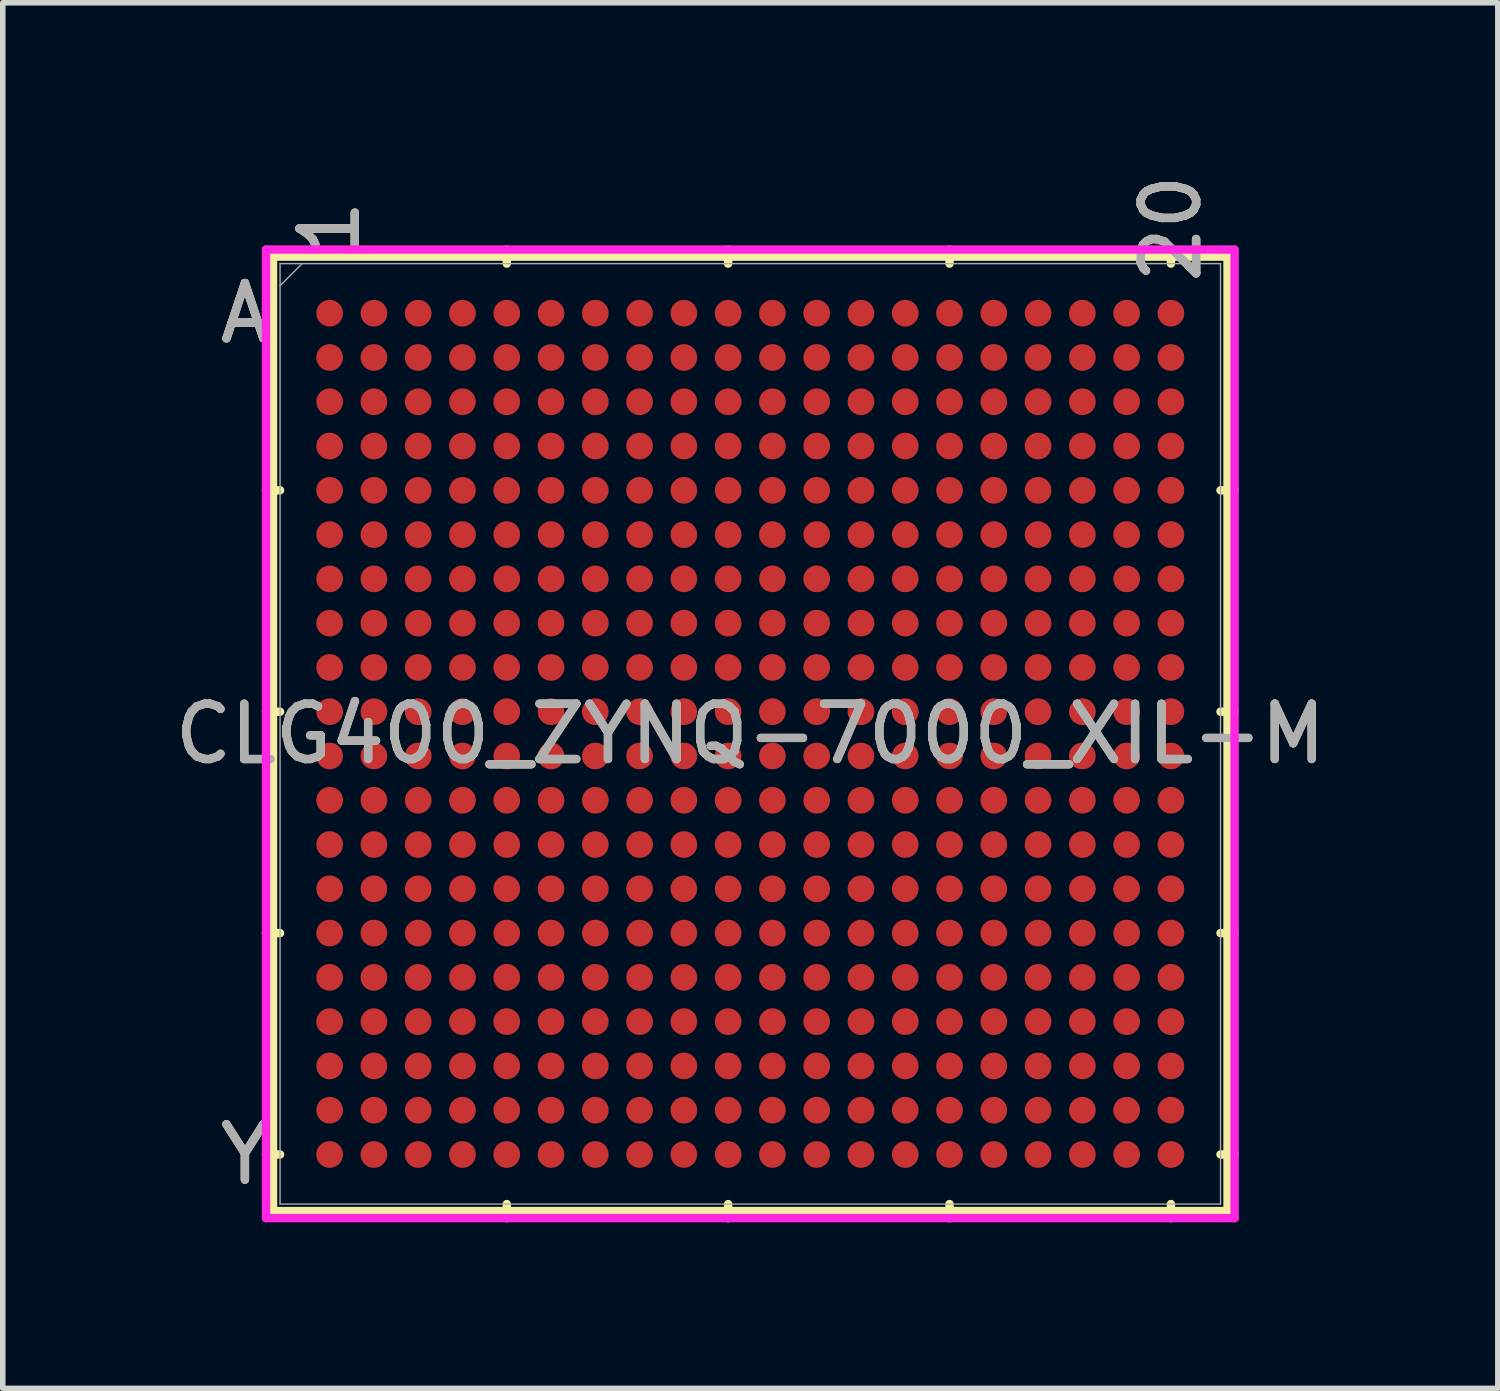
<source format=kicad_pcb>
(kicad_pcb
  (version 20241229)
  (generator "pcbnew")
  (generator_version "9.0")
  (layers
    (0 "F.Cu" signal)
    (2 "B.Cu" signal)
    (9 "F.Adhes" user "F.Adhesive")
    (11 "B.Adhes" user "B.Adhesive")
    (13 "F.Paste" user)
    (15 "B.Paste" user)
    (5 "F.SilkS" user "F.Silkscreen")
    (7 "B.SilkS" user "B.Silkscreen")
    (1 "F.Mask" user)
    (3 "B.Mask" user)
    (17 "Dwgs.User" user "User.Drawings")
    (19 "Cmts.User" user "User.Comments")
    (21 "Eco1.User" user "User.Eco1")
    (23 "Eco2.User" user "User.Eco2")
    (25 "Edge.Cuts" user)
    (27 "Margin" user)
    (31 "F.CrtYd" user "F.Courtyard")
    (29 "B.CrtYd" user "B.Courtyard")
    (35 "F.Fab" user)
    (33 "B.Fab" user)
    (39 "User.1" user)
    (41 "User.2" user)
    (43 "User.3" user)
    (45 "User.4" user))
  (footprint "CLG400_ZYNQ-7000_XIL-M"
    (layer "F.Cu")
    (at 10.506 10.209)
    (property "Reference" "CLG400_ZYNQ-7000_XIL-M" (at 0 0 0) (unlocked yes) (layer "F.SilkS") (effects (font (size 1 1) (thickness 0.15))))
    (attr smd)
    (fp_line (start -8.623 -8.623) (end -8.623 8.623) (stroke (width 0.152) (type solid)) (layer "F.SilkS"))
    (fp_line (start -8.623 8.623) (end 8.623 8.623) (stroke (width 0.152) (type solid)) (layer "F.SilkS"))
    (fp_line (start -8.496 -4.4) (end -8.75 -4.4) (stroke (width 0.152) (type solid)) (layer "F.SilkS"))
    (fp_line (start -8.496 -0.4) (end -8.75 -0.4) (stroke (width 0.152) (type solid)) (layer "F.SilkS"))
    (fp_line (start -8.496 3.6) (end -8.75 3.6) (stroke (width 0.152) (type solid)) (layer "F.SilkS"))
    (fp_line (start -8.496 7.6) (end -8.75 7.6) (stroke (width 0.152) (type solid)) (layer "F.SilkS"))
    (fp_line (start -4.4 -8.496) (end -4.4 -8.75) (stroke (width 0.152) (type solid)) (layer "F.SilkS"))
    (fp_line (start -4.4 8.496) (end -4.4 8.75) (stroke (width 0.152) (type solid)) (layer "F.SilkS"))
    (fp_line (start -0.4 -8.496) (end -0.4 -8.75) (stroke (width 0.152) (type solid)) (layer "F.SilkS"))
    (fp_line (start -0.4 8.496) (end -0.4 8.75) (stroke (width 0.152) (type solid)) (layer "F.SilkS"))
    (fp_line (start 3.6 -8.496) (end 3.6 -8.75) (stroke (width 0.152) (type solid)) (layer "F.SilkS"))
    (fp_line (start 3.6 8.496) (end 3.6 8.75) (stroke (width 0.152) (type solid)) (layer "F.SilkS"))
    (fp_line (start 7.6 -8.496) (end 7.6 -8.75) (stroke (width 0.152) (type solid)) (layer "F.SilkS"))
    (fp_line (start 7.6 8.496) (end 7.6 8.75) (stroke (width 0.152) (type solid)) (layer "F.SilkS"))
    (fp_line (start 8.496 -4.4) (end 8.75 -4.4) (stroke (width 0.152) (type solid)) (layer "F.SilkS"))
    (fp_line (start 8.496 -0.4) (end 8.75 -0.4) (stroke (width 0.152) (type solid)) (layer "F.SilkS"))
    (fp_line (start 8.496 3.6) (end 8.75 3.6) (stroke (width 0.152) (type solid)) (layer "F.SilkS"))
    (fp_line (start 8.496 7.6) (end 8.75 7.6) (stroke (width 0.152) (type solid)) (layer "F.SilkS"))
    (fp_line (start 8.623 -8.623) (end -8.623 -8.623) (stroke (width 0.152) (type solid)) (layer "F.SilkS"))
    (fp_line (start 8.623 8.623) (end 8.623 -8.623) (stroke (width 0.152) (type solid)) (layer "F.SilkS"))
    (fp_poly (pts (xy -8.444 -8.444) (xy 8.444 -8.444) (xy 8.444 8.444) (xy -8.444 8.444)) (stroke (width 0.1) (type solid)) (fill no) (layer "Eco2.User"))
    (fp_line (start -8.75 -8.75) (end 8.75 -8.75) (stroke (width 0.152) (type solid)) (layer "F.CrtYd"))
    (fp_line (start -8.75 8.75) (end -8.75 -8.75) (stroke (width 0.152) (type solid)) (layer "F.CrtYd"))
    (fp_line (start 8.75 -8.75) (end 8.75 8.75) (stroke (width 0.152) (type solid)) (layer "F.CrtYd"))
    (fp_line (start 8.75 8.75) (end -8.75 8.75) (stroke (width 0.152) (type solid)) (layer "F.CrtYd"))
    (fp_line (start -8.496 -8.496) (end -8.496 8.496) (stroke (width 0.025) (type solid)) (layer "F.Fab"))
    (fp_line (start -8.496 8.496) (end 8.496 8.496) (stroke (width 0.025) (type solid)) (layer "F.Fab"))
    (fp_line (start -8.096 -8.496) (end -8.496 -8.096) (stroke (width 0.025) (type solid)) (layer "F.Fab"))
    (fp_line (start 8.496 -8.496) (end -8.496 -8.496) (stroke (width 0.025) (type solid)) (layer "F.Fab"))
    (fp_line (start 8.496 8.496) (end 8.496 -8.496) (stroke (width 0.025) (type solid)) (layer "F.Fab"))
    (fp_text user "1" (at -7.6 -9.131 90) (unlocked yes) (layer "F.SilkS") (effects (font (size 1 1) (thickness 0.15))))
    (fp_text user "Y" (at -9.131 7.6 0) (unlocked yes) (layer "F.SilkS") (effects (font (size 1 1) (thickness 0.15))))
    (fp_text user "A" (at -9.131 -7.6 0) (unlocked yes) (layer "F.SilkS") (effects (font (size 1 1) (thickness 0.15))))
    (fp_text user "20" (at 7.6 -9.131 90) (unlocked yes) (layer "F.SilkS") (effects (font (size 1 1) (thickness 0.15))))
    (fp_text user "Y" (at -9.131 7.6 0) (unlocked yes) (layer "B.SilkS") (effects (font (size 1 1) (thickness 0.15))))
    (fp_text user "A" (at -9.131 -7.6 0) (unlocked yes) (layer "B.SilkS") (effects (font (size 1 1) (thickness 0.15))))
    (fp_text user "20" (at 7.6 -9.131 90) (unlocked yes) (layer "B.SilkS") (effects (font (size 1 1) (thickness 0.15))))
    (fp_text user "1" (at -7.6 -9.131 90) (unlocked yes) (layer "B.SilkS") (effects (font (size 1 1) (thickness 0.15))))
    (fp_text user "${REFERENCE}" (at 0 0 0) (unlocked yes) (layer "F.Fab") (effects (font (size 1 1) (thickness 0.15))))
    (fp_text user "A" (at -9.131 -7.6 0) (unlocked yes) (layer "F.Fab") (effects (font (size 1 1) (thickness 0.15))))
    (fp_text user "20" (at 7.6 -9.131 90) (unlocked yes) (layer "F.Fab") (effects (font (size 1 1) (thickness 0.15))))
    (fp_text user "Y" (at -9.131 7.6 0) (unlocked yes) (layer "F.Fab") (effects (font (size 1 1) (thickness 0.15))))
    (fp_text user "1" (at -7.6 -9.131 90) (unlocked yes) (layer "F.Fab") (effects (font (size 1 1) (thickness 0.15))))
    (pad "A1" smd circle (at -7.6 -7.6) (size 0.483 0.483) (layers "F.Cu" "F.Mask" "F.Paste"))
    (pad "A2" smd circle (at -6.8 -7.6) (size 0.483 0.483) (layers "F.Cu" "F.Mask" "F.Paste"))
    (pad "A3" smd circle (at -6 -7.6) (size 0.483 0.483) (layers "F.Cu" "F.Mask" "F.Paste"))
    (pad "A4" smd circle (at -5.2 -7.6) (size 0.483 0.483) (layers "F.Cu" "F.Mask" "F.Paste"))
    (pad "A5" smd circle (at -4.4 -7.6) (size 0.483 0.483) (layers "F.Cu" "F.Mask" "F.Paste"))
    (pad "A6" smd circle (at -3.6 -7.6) (size 0.483 0.483) (layers "F.Cu" "F.Mask" "F.Paste"))
    (pad "A7" smd circle (at -2.8 -7.6) (size 0.483 0.483) (layers "F.Cu" "F.Mask" "F.Paste"))
    (pad "A8" smd circle (at -2 -7.6) (size 0.483 0.483) (layers "F.Cu" "F.Mask" "F.Paste"))
    (pad "A9" smd circle (at -1.2 -7.6) (size 0.483 0.483) (layers "F.Cu" "F.Mask" "F.Paste"))
    (pad "A10" smd circle (at -0.4 -7.6) (size 0.483 0.483) (layers "F.Cu" "F.Mask" "F.Paste"))
    (pad "A11" smd circle (at 0.4 -7.6) (size 0.483 0.483) (layers "F.Cu" "F.Mask" "F.Paste"))
    (pad "A12" smd circle (at 1.2 -7.6) (size 0.483 0.483) (layers "F.Cu" "F.Mask" "F.Paste"))
    (pad "A13" smd circle (at 2 -7.6) (size 0.483 0.483) (layers "F.Cu" "F.Mask" "F.Paste"))
    (pad "A14" smd circle (at 2.8 -7.6) (size 0.483 0.483) (layers "F.Cu" "F.Mask" "F.Paste"))
    (pad "A15" smd circle (at 3.6 -7.6) (size 0.483 0.483) (layers "F.Cu" "F.Mask" "F.Paste"))
    (pad "A16" smd circle (at 4.4 -7.6) (size 0.483 0.483) (layers "F.Cu" "F.Mask" "F.Paste"))
    (pad "A17" smd circle (at 5.2 -7.6) (size 0.483 0.483) (layers "F.Cu" "F.Mask" "F.Paste"))
    (pad "A18" smd circle (at 6 -7.6) (size 0.483 0.483) (layers "F.Cu" "F.Mask" "F.Paste"))
    (pad "A19" smd circle (at 6.8 -7.6) (size 0.483 0.483) (layers "F.Cu" "F.Mask" "F.Paste"))
    (pad "A20" smd circle (at 7.6 -7.6) (size 0.483 0.483) (layers "F.Cu" "F.Mask" "F.Paste"))
    (pad "B1" smd circle (at -7.6 -6.8) (size 0.483 0.483) (layers "F.Cu" "F.Mask" "F.Paste"))
    (pad "B2" smd circle (at -6.8 -6.8) (size 0.483 0.483) (layers "F.Cu" "F.Mask" "F.Paste"))
    (pad "B3" smd circle (at -6 -6.8) (size 0.483 0.483) (layers "F.Cu" "F.Mask" "F.Paste"))
    (pad "B4" smd circle (at -5.2 -6.8) (size 0.483 0.483) (layers "F.Cu" "F.Mask" "F.Paste"))
    (pad "B5" smd circle (at -4.4 -6.8) (size 0.483 0.483) (layers "F.Cu" "F.Mask" "F.Paste"))
    (pad "B6" smd circle (at -3.6 -6.8) (size 0.483 0.483) (layers "F.Cu" "F.Mask" "F.Paste"))
    (pad "B7" smd circle (at -2.8 -6.8) (size 0.483 0.483) (layers "F.Cu" "F.Mask" "F.Paste"))
    (pad "B8" smd circle (at -2 -6.8) (size 0.483 0.483) (layers "F.Cu" "F.Mask" "F.Paste"))
    (pad "B9" smd circle (at -1.2 -6.8) (size 0.483 0.483) (layers "F.Cu" "F.Mask" "F.Paste"))
    (pad "B10" smd circle (at -0.4 -6.8) (size 0.483 0.483) (layers "F.Cu" "F.Mask" "F.Paste"))
    (pad "B11" smd circle (at 0.4 -6.8) (size 0.483 0.483) (layers "F.Cu" "F.Mask" "F.Paste"))
    (pad "B12" smd circle (at 1.2 -6.8) (size 0.483 0.483) (layers "F.Cu" "F.Mask" "F.Paste"))
    (pad "B13" smd circle (at 2 -6.8) (size 0.483 0.483) (layers "F.Cu" "F.Mask" "F.Paste"))
    (pad "B14" smd circle (at 2.8 -6.8) (size 0.483 0.483) (layers "F.Cu" "F.Mask" "F.Paste"))
    (pad "B15" smd circle (at 3.6 -6.8) (size 0.483 0.483) (layers "F.Cu" "F.Mask" "F.Paste"))
    (pad "B16" smd circle (at 4.4 -6.8) (size 0.483 0.483) (layers "F.Cu" "F.Mask" "F.Paste"))
    (pad "B17" smd circle (at 5.2 -6.8) (size 0.483 0.483) (layers "F.Cu" "F.Mask" "F.Paste"))
    (pad "B18" smd circle (at 6 -6.8) (size 0.483 0.483) (layers "F.Cu" "F.Mask" "F.Paste"))
    (pad "B19" smd circle (at 6.8 -6.8) (size 0.483 0.483) (layers "F.Cu" "F.Mask" "F.Paste"))
    (pad "B20" smd circle (at 7.6 -6.8) (size 0.483 0.483) (layers "F.Cu" "F.Mask" "F.Paste"))
    (pad "C1" smd circle (at -7.6 -6) (size 0.483 0.483) (layers "F.Cu" "F.Mask" "F.Paste"))
    (pad "C2" smd circle (at -6.8 -6) (size 0.483 0.483) (layers "F.Cu" "F.Mask" "F.Paste"))
    (pad "C3" smd circle (at -6 -6) (size 0.483 0.483) (layers "F.Cu" "F.Mask" "F.Paste"))
    (pad "C4" smd circle (at -5.2 -6) (size 0.483 0.483) (layers "F.Cu" "F.Mask" "F.Paste"))
    (pad "C5" smd circle (at -4.4 -6) (size 0.483 0.483) (layers "F.Cu" "F.Mask" "F.Paste"))
    (pad "C6" smd circle (at -3.6 -6) (size 0.483 0.483) (layers "F.Cu" "F.Mask" "F.Paste"))
    (pad "C7" smd circle (at -2.8 -6) (size 0.483 0.483) (layers "F.Cu" "F.Mask" "F.Paste"))
    (pad "C8" smd circle (at -2 -6) (size 0.483 0.483) (layers "F.Cu" "F.Mask" "F.Paste"))
    (pad "C9" smd circle (at -1.2 -6) (size 0.483 0.483) (layers "F.Cu" "F.Mask" "F.Paste"))
    (pad "C10" smd circle (at -0.4 -6) (size 0.483 0.483) (layers "F.Cu" "F.Mask" "F.Paste"))
    (pad "C11" smd circle (at 0.4 -6) (size 0.483 0.483) (layers "F.Cu" "F.Mask" "F.Paste"))
    (pad "C12" smd circle (at 1.2 -6) (size 0.483 0.483) (layers "F.Cu" "F.Mask" "F.Paste"))
    (pad "C13" smd circle (at 2 -6) (size 0.483 0.483) (layers "F.Cu" "F.Mask" "F.Paste"))
    (pad "C14" smd circle (at 2.8 -6) (size 0.483 0.483) (layers "F.Cu" "F.Mask" "F.Paste"))
    (pad "C15" smd circle (at 3.6 -6) (size 0.483 0.483) (layers "F.Cu" "F.Mask" "F.Paste"))
    (pad "C16" smd circle (at 4.4 -6) (size 0.483 0.483) (layers "F.Cu" "F.Mask" "F.Paste"))
    (pad "C17" smd circle (at 5.2 -6) (size 0.483 0.483) (layers "F.Cu" "F.Mask" "F.Paste"))
    (pad "C18" smd circle (at 6 -6) (size 0.483 0.483) (layers "F.Cu" "F.Mask" "F.Paste"))
    (pad "C19" smd circle (at 6.8 -6) (size 0.483 0.483) (layers "F.Cu" "F.Mask" "F.Paste"))
    (pad "C20" smd circle (at 7.6 -6) (size 0.483 0.483) (layers "F.Cu" "F.Mask" "F.Paste"))
    (pad "D1" smd circle (at -7.6 -5.2) (size 0.483 0.483) (layers "F.Cu" "F.Mask" "F.Paste"))
    (pad "D2" smd circle (at -6.8 -5.2) (size 0.483 0.483) (layers "F.Cu" "F.Mask" "F.Paste"))
    (pad "D3" smd circle (at -6 -5.2) (size 0.483 0.483) (layers "F.Cu" "F.Mask" "F.Paste"))
    (pad "D4" smd circle (at -5.2 -5.2) (size 0.483 0.483) (layers "F.Cu" "F.Mask" "F.Paste"))
    (pad "D5" smd circle (at -4.4 -5.2) (size 0.483 0.483) (layers "F.Cu" "F.Mask" "F.Paste"))
    (pad "D6" smd circle (at -3.6 -5.2) (size 0.483 0.483) (layers "F.Cu" "F.Mask" "F.Paste"))
    (pad "D7" smd circle (at -2.8 -5.2) (size 0.483 0.483) (layers "F.Cu" "F.Mask" "F.Paste"))
    (pad "D8" smd circle (at -2 -5.2) (size 0.483 0.483) (layers "F.Cu" "F.Mask" "F.Paste"))
    (pad "D9" smd circle (at -1.2 -5.2) (size 0.483 0.483) (layers "F.Cu" "F.Mask" "F.Paste"))
    (pad "D10" smd circle (at -0.4 -5.2) (size 0.483 0.483) (layers "F.Cu" "F.Mask" "F.Paste"))
    (pad "D11" smd circle (at 0.4 -5.2) (size 0.483 0.483) (layers "F.Cu" "F.Mask" "F.Paste"))
    (pad "D12" smd circle (at 1.2 -5.2) (size 0.483 0.483) (layers "F.Cu" "F.Mask" "F.Paste"))
    (pad "D13" smd circle (at 2 -5.2) (size 0.483 0.483) (layers "F.Cu" "F.Mask" "F.Paste"))
    (pad "D14" smd circle (at 2.8 -5.2) (size 0.483 0.483) (layers "F.Cu" "F.Mask" "F.Paste"))
    (pad "D15" smd circle (at 3.6 -5.2) (size 0.483 0.483) (layers "F.Cu" "F.Mask" "F.Paste"))
    (pad "D16" smd circle (at 4.4 -5.2) (size 0.483 0.483) (layers "F.Cu" "F.Mask" "F.Paste"))
    (pad "D17" smd circle (at 5.2 -5.2) (size 0.483 0.483) (layers "F.Cu" "F.Mask" "F.Paste"))
    (pad "D18" smd circle (at 6 -5.2) (size 0.483 0.483) (layers "F.Cu" "F.Mask" "F.Paste"))
    (pad "D19" smd circle (at 6.8 -5.2) (size 0.483 0.483) (layers "F.Cu" "F.Mask" "F.Paste"))
    (pad "D20" smd circle (at 7.6 -5.2) (size 0.483 0.483) (layers "F.Cu" "F.Mask" "F.Paste"))
    (pad "E1" smd circle (at -7.6 -4.4) (size 0.483 0.483) (layers "F.Cu" "F.Mask" "F.Paste"))
    (pad "E2" smd circle (at -6.8 -4.4) (size 0.483 0.483) (layers "F.Cu" "F.Mask" "F.Paste"))
    (pad "E3" smd circle (at -6 -4.4) (size 0.483 0.483) (layers "F.Cu" "F.Mask" "F.Paste"))
    (pad "E4" smd circle (at -5.2 -4.4) (size 0.483 0.483) (layers "F.Cu" "F.Mask" "F.Paste"))
    (pad "E5" smd circle (at -4.4 -4.4) (size 0.483 0.483) (layers "F.Cu" "F.Mask" "F.Paste"))
    (pad "E6" smd circle (at -3.6 -4.4) (size 0.483 0.483) (layers "F.Cu" "F.Mask" "F.Paste"))
    (pad "E7" smd circle (at -2.8 -4.4) (size 0.483 0.483) (layers "F.Cu" "F.Mask" "F.Paste"))
    (pad "E8" smd circle (at -2 -4.4) (size 0.483 0.483) (layers "F.Cu" "F.Mask" "F.Paste"))
    (pad "E9" smd circle (at -1.2 -4.4) (size 0.483 0.483) (layers "F.Cu" "F.Mask" "F.Paste"))
    (pad "E10" smd circle (at -0.4 -4.4) (size 0.483 0.483) (layers "F.Cu" "F.Mask" "F.Paste"))
    (pad "E11" smd circle (at 0.4 -4.4) (size 0.483 0.483) (layers "F.Cu" "F.Mask" "F.Paste"))
    (pad "E12" smd circle (at 1.2 -4.4) (size 0.483 0.483) (layers "F.Cu" "F.Mask" "F.Paste"))
    (pad "E13" smd circle (at 2 -4.4) (size 0.483 0.483) (layers "F.Cu" "F.Mask" "F.Paste"))
    (pad "E14" smd circle (at 2.8 -4.4) (size 0.483 0.483) (layers "F.Cu" "F.Mask" "F.Paste"))
    (pad "E15" smd circle (at 3.6 -4.4) (size 0.483 0.483) (layers "F.Cu" "F.Mask" "F.Paste"))
    (pad "E16" smd circle (at 4.4 -4.4) (size 0.483 0.483) (layers "F.Cu" "F.Mask" "F.Paste"))
    (pad "E17" smd circle (at 5.2 -4.4) (size 0.483 0.483) (layers "F.Cu" "F.Mask" "F.Paste"))
    (pad "E18" smd circle (at 6 -4.4) (size 0.483 0.483) (layers "F.Cu" "F.Mask" "F.Paste"))
    (pad "E19" smd circle (at 6.8 -4.4) (size 0.483 0.483) (layers "F.Cu" "F.Mask" "F.Paste"))
    (pad "E20" smd circle (at 7.6 -4.4) (size 0.483 0.483) (layers "F.Cu" "F.Mask" "F.Paste"))
    (pad "F1" smd circle (at -7.6 -3.6) (size 0.483 0.483) (layers "F.Cu" "F.Mask" "F.Paste"))
    (pad "F2" smd circle (at -6.8 -3.6) (size 0.483 0.483) (layers "F.Cu" "F.Mask" "F.Paste"))
    (pad "F3" smd circle (at -6 -3.6) (size 0.483 0.483) (layers "F.Cu" "F.Mask" "F.Paste"))
    (pad "F4" smd circle (at -5.2 -3.6) (size 0.483 0.483) (layers "F.Cu" "F.Mask" "F.Paste"))
    (pad "F5" smd circle (at -4.4 -3.6) (size 0.483 0.483) (layers "F.Cu" "F.Mask" "F.Paste"))
    (pad "F6" smd circle (at -3.6 -3.6) (size 0.483 0.483) (layers "F.Cu" "F.Mask" "F.Paste"))
    (pad "F7" smd circle (at -2.8 -3.6) (size 0.483 0.483) (layers "F.Cu" "F.Mask" "F.Paste"))
    (pad "F8" smd circle (at -2 -3.6) (size 0.483 0.483) (layers "F.Cu" "F.Mask" "F.Paste"))
    (pad "F9" smd circle (at -1.2 -3.6) (size 0.483 0.483) (layers "F.Cu" "F.Mask" "F.Paste"))
    (pad "F10" smd circle (at -0.4 -3.6) (size 0.483 0.483) (layers "F.Cu" "F.Mask" "F.Paste"))
    (pad "F11" smd circle (at 0.4 -3.6) (size 0.483 0.483) (layers "F.Cu" "F.Mask" "F.Paste"))
    (pad "F12" smd circle (at 1.2 -3.6) (size 0.483 0.483) (layers "F.Cu" "F.Mask" "F.Paste"))
    (pad "F13" smd circle (at 2 -3.6) (size 0.483 0.483) (layers "F.Cu" "F.Mask" "F.Paste"))
    (pad "F14" smd circle (at 2.8 -3.6) (size 0.483 0.483) (layers "F.Cu" "F.Mask" "F.Paste"))
    (pad "F15" smd circle (at 3.6 -3.6) (size 0.483 0.483) (layers "F.Cu" "F.Mask" "F.Paste"))
    (pad "F16" smd circle (at 4.4 -3.6) (size 0.483 0.483) (layers "F.Cu" "F.Mask" "F.Paste"))
    (pad "F17" smd circle (at 5.2 -3.6) (size 0.483 0.483) (layers "F.Cu" "F.Mask" "F.Paste"))
    (pad "F18" smd circle (at 6 -3.6) (size 0.483 0.483) (layers "F.Cu" "F.Mask" "F.Paste"))
    (pad "F19" smd circle (at 6.8 -3.6) (size 0.483 0.483) (layers "F.Cu" "F.Mask" "F.Paste"))
    (pad "F20" smd circle (at 7.6 -3.6) (size 0.483 0.483) (layers "F.Cu" "F.Mask" "F.Paste"))
    (pad "G1" smd circle (at -7.6 -2.8) (size 0.483 0.483) (layers "F.Cu" "F.Mask" "F.Paste"))
    (pad "G2" smd circle (at -6.8 -2.8) (size 0.483 0.483) (layers "F.Cu" "F.Mask" "F.Paste"))
    (pad "G3" smd circle (at -6 -2.8) (size 0.483 0.483) (layers "F.Cu" "F.Mask" "F.Paste"))
    (pad "G4" smd circle (at -5.2 -2.8) (size 0.483 0.483) (layers "F.Cu" "F.Mask" "F.Paste"))
    (pad "G5" smd circle (at -4.4 -2.8) (size 0.483 0.483) (layers "F.Cu" "F.Mask" "F.Paste"))
    (pad "G6" smd circle (at -3.6 -2.8) (size 0.483 0.483) (layers "F.Cu" "F.Mask" "F.Paste"))
    (pad "G7" smd circle (at -2.8 -2.8) (size 0.483 0.483) (layers "F.Cu" "F.Mask" "F.Paste"))
    (pad "G8" smd circle (at -2 -2.8) (size 0.483 0.483) (layers "F.Cu" "F.Mask" "F.Paste"))
    (pad "G9" smd circle (at -1.2 -2.8) (size 0.483 0.483) (layers "F.Cu" "F.Mask" "F.Paste"))
    (pad "G10" smd circle (at -0.4 -2.8) (size 0.483 0.483) (layers "F.Cu" "F.Mask" "F.Paste"))
    (pad "G11" smd circle (at 0.4 -2.8) (size 0.483 0.483) (layers "F.Cu" "F.Mask" "F.Paste"))
    (pad "G12" smd circle (at 1.2 -2.8) (size 0.483 0.483) (layers "F.Cu" "F.Mask" "F.Paste"))
    (pad "G13" smd circle (at 2 -2.8) (size 0.483 0.483) (layers "F.Cu" "F.Mask" "F.Paste"))
    (pad "G14" smd circle (at 2.8 -2.8) (size 0.483 0.483) (layers "F.Cu" "F.Mask" "F.Paste"))
    (pad "G15" smd circle (at 3.6 -2.8) (size 0.483 0.483) (layers "F.Cu" "F.Mask" "F.Paste"))
    (pad "G16" smd circle (at 4.4 -2.8) (size 0.483 0.483) (layers "F.Cu" "F.Mask" "F.Paste"))
    (pad "G17" smd circle (at 5.2 -2.8) (size 0.483 0.483) (layers "F.Cu" "F.Mask" "F.Paste"))
    (pad "G18" smd circle (at 6 -2.8) (size 0.483 0.483) (layers "F.Cu" "F.Mask" "F.Paste"))
    (pad "G19" smd circle (at 6.8 -2.8) (size 0.483 0.483) (layers "F.Cu" "F.Mask" "F.Paste"))
    (pad "G20" smd circle (at 7.6 -2.8) (size 0.483 0.483) (layers "F.Cu" "F.Mask" "F.Paste"))
    (pad "H1" smd circle (at -7.6 -2) (size 0.483 0.483) (layers "F.Cu" "F.Mask" "F.Paste"))
    (pad "H2" smd circle (at -6.8 -2) (size 0.483 0.483) (layers "F.Cu" "F.Mask" "F.Paste"))
    (pad "H3" smd circle (at -6 -2) (size 0.483 0.483) (layers "F.Cu" "F.Mask" "F.Paste"))
    (pad "H4" smd circle (at -5.2 -2) (size 0.483 0.483) (layers "F.Cu" "F.Mask" "F.Paste"))
    (pad "H5" smd circle (at -4.4 -2) (size 0.483 0.483) (layers "F.Cu" "F.Mask" "F.Paste"))
    (pad "H6" smd circle (at -3.6 -2) (size 0.483 0.483) (layers "F.Cu" "F.Mask" "F.Paste"))
    (pad "H7" smd circle (at -2.8 -2) (size 0.483 0.483) (layers "F.Cu" "F.Mask" "F.Paste"))
    (pad "H8" smd circle (at -2 -2) (size 0.483 0.483) (layers "F.Cu" "F.Mask" "F.Paste"))
    (pad "H9" smd circle (at -1.2 -2) (size 0.483 0.483) (layers "F.Cu" "F.Mask" "F.Paste"))
    (pad "H10" smd circle (at -0.4 -2) (size 0.483 0.483) (layers "F.Cu" "F.Mask" "F.Paste"))
    (pad "H11" smd circle (at 0.4 -2) (size 0.483 0.483) (layers "F.Cu" "F.Mask" "F.Paste"))
    (pad "H12" smd circle (at 1.2 -2) (size 0.483 0.483) (layers "F.Cu" "F.Mask" "F.Paste"))
    (pad "H13" smd circle (at 2 -2) (size 0.483 0.483) (layers "F.Cu" "F.Mask" "F.Paste"))
    (pad "H14" smd circle (at 2.8 -2) (size 0.483 0.483) (layers "F.Cu" "F.Mask" "F.Paste"))
    (pad "H15" smd circle (at 3.6 -2) (size 0.483 0.483) (layers "F.Cu" "F.Mask" "F.Paste"))
    (pad "H16" smd circle (at 4.4 -2) (size 0.483 0.483) (layers "F.Cu" "F.Mask" "F.Paste"))
    (pad "H17" smd circle (at 5.2 -2) (size 0.483 0.483) (layers "F.Cu" "F.Mask" "F.Paste"))
    (pad "H18" smd circle (at 6 -2) (size 0.483 0.483) (layers "F.Cu" "F.Mask" "F.Paste"))
    (pad "H19" smd circle (at 6.8 -2) (size 0.483 0.483) (layers "F.Cu" "F.Mask" "F.Paste"))
    (pad "H20" smd circle (at 7.6 -2) (size 0.483 0.483) (layers "F.Cu" "F.Mask" "F.Paste"))
    (pad "J1" smd circle (at -7.6 -1.2) (size 0.483 0.483) (layers "F.Cu" "F.Mask" "F.Paste"))
    (pad "J2" smd circle (at -6.8 -1.2) (size 0.483 0.483) (layers "F.Cu" "F.Mask" "F.Paste"))
    (pad "J3" smd circle (at -6 -1.2) (size 0.483 0.483) (layers "F.Cu" "F.Mask" "F.Paste"))
    (pad "J4" smd circle (at -5.2 -1.2) (size 0.483 0.483) (layers "F.Cu" "F.Mask" "F.Paste"))
    (pad "J5" smd circle (at -4.4 -1.2) (size 0.483 0.483) (layers "F.Cu" "F.Mask" "F.Paste"))
    (pad "J6" smd circle (at -3.6 -1.2) (size 0.483 0.483) (layers "F.Cu" "F.Mask" "F.Paste"))
    (pad "J7" smd circle (at -2.8 -1.2) (size 0.483 0.483) (layers "F.Cu" "F.Mask" "F.Paste"))
    (pad "J8" smd circle (at -2 -1.2) (size 0.483 0.483) (layers "F.Cu" "F.Mask" "F.Paste"))
    (pad "J9" smd circle (at -1.2 -1.2) (size 0.483 0.483) (layers "F.Cu" "F.Mask" "F.Paste"))
    (pad "J10" smd circle (at -0.4 -1.2) (size 0.483 0.483) (layers "F.Cu" "F.Mask" "F.Paste"))
    (pad "J11" smd circle (at 0.4 -1.2) (size 0.483 0.483) (layers "F.Cu" "F.Mask" "F.Paste"))
    (pad "J12" smd circle (at 1.2 -1.2) (size 0.483 0.483) (layers "F.Cu" "F.Mask" "F.Paste"))
    (pad "J13" smd circle (at 2 -1.2) (size 0.483 0.483) (layers "F.Cu" "F.Mask" "F.Paste"))
    (pad "J14" smd circle (at 2.8 -1.2) (size 0.483 0.483) (layers "F.Cu" "F.Mask" "F.Paste"))
    (pad "J15" smd circle (at 3.6 -1.2) (size 0.483 0.483) (layers "F.Cu" "F.Mask" "F.Paste"))
    (pad "J16" smd circle (at 4.4 -1.2) (size 0.483 0.483) (layers "F.Cu" "F.Mask" "F.Paste"))
    (pad "J17" smd circle (at 5.2 -1.2) (size 0.483 0.483) (layers "F.Cu" "F.Mask" "F.Paste"))
    (pad "J18" smd circle (at 6 -1.2) (size 0.483 0.483) (layers "F.Cu" "F.Mask" "F.Paste"))
    (pad "J19" smd circle (at 6.8 -1.2) (size 0.483 0.483) (layers "F.Cu" "F.Mask" "F.Paste"))
    (pad "J20" smd circle (at 7.6 -1.2) (size 0.483 0.483) (layers "F.Cu" "F.Mask" "F.Paste"))
    (pad "K1" smd circle (at -7.6 -0.4) (size 0.483 0.483) (layers "F.Cu" "F.Mask" "F.Paste"))
    (pad "K2" smd circle (at -6.8 -0.4) (size 0.483 0.483) (layers "F.Cu" "F.Mask" "F.Paste"))
    (pad "K3" smd circle (at -6 -0.4) (size 0.483 0.483) (layers "F.Cu" "F.Mask" "F.Paste"))
    (pad "K4" smd circle (at -5.2 -0.4) (size 0.483 0.483) (layers "F.Cu" "F.Mask" "F.Paste"))
    (pad "K5" smd circle (at -4.4 -0.4) (size 0.483 0.483) (layers "F.Cu" "F.Mask" "F.Paste"))
    (pad "K6" smd circle (at -3.6 -0.4) (size 0.483 0.483) (layers "F.Cu" "F.Mask" "F.Paste"))
    (pad "K7" smd circle (at -2.8 -0.4) (size 0.483 0.483) (layers "F.Cu" "F.Mask" "F.Paste"))
    (pad "K8" smd circle (at -2 -0.4) (size 0.483 0.483) (layers "F.Cu" "F.Mask" "F.Paste"))
    (pad "K9" smd circle (at -1.2 -0.4) (size 0.483 0.483) (layers "F.Cu" "F.Mask" "F.Paste"))
    (pad "K10" smd circle (at -0.4 -0.4) (size 0.483 0.483) (layers "F.Cu" "F.Mask" "F.Paste"))
    (pad "K11" smd circle (at 0.4 -0.4) (size 0.483 0.483) (layers "F.Cu" "F.Mask" "F.Paste"))
    (pad "K12" smd circle (at 1.2 -0.4) (size 0.483 0.483) (layers "F.Cu" "F.Mask" "F.Paste"))
    (pad "K13" smd circle (at 2 -0.4) (size 0.483 0.483) (layers "F.Cu" "F.Mask" "F.Paste"))
    (pad "K14" smd circle (at 2.8 -0.4) (size 0.483 0.483) (layers "F.Cu" "F.Mask" "F.Paste"))
    (pad "K15" smd circle (at 3.6 -0.4) (size 0.483 0.483) (layers "F.Cu" "F.Mask" "F.Paste"))
    (pad "K16" smd circle (at 4.4 -0.4) (size 0.483 0.483) (layers "F.Cu" "F.Mask" "F.Paste"))
    (pad "K17" smd circle (at 5.2 -0.4) (size 0.483 0.483) (layers "F.Cu" "F.Mask" "F.Paste"))
    (pad "K18" smd circle (at 6 -0.4) (size 0.483 0.483) (layers "F.Cu" "F.Mask" "F.Paste"))
    (pad "K19" smd circle (at 6.8 -0.4) (size 0.483 0.483) (layers "F.Cu" "F.Mask" "F.Paste"))
    (pad "K20" smd circle (at 7.6 -0.4) (size 0.483 0.483) (layers "F.Cu" "F.Mask" "F.Paste"))
    (pad "L1" smd circle (at -7.6 0.4) (size 0.483 0.483) (layers "F.Cu" "F.Mask" "F.Paste"))
    (pad "L2" smd circle (at -6.8 0.4) (size 0.483 0.483) (layers "F.Cu" "F.Mask" "F.Paste"))
    (pad "L3" smd circle (at -6 0.4) (size 0.483 0.483) (layers "F.Cu" "F.Mask" "F.Paste"))
    (pad "L4" smd circle (at -5.2 0.4) (size 0.483 0.483) (layers "F.Cu" "F.Mask" "F.Paste"))
    (pad "L5" smd circle (at -4.4 0.4) (size 0.483 0.483) (layers "F.Cu" "F.Mask" "F.Paste"))
    (pad "L6" smd circle (at -3.6 0.4) (size 0.483 0.483) (layers "F.Cu" "F.Mask" "F.Paste"))
    (pad "L7" smd circle (at -2.8 0.4) (size 0.483 0.483) (layers "F.Cu" "F.Mask" "F.Paste"))
    (pad "L8" smd circle (at -2 0.4) (size 0.483 0.483) (layers "F.Cu" "F.Mask" "F.Paste"))
    (pad "L9" smd circle (at -1.2 0.4) (size 0.483 0.483) (layers "F.Cu" "F.Mask" "F.Paste"))
    (pad "L10" smd circle (at -0.4 0.4) (size 0.483 0.483) (layers "F.Cu" "F.Mask" "F.Paste"))
    (pad "L11" smd circle (at 0.4 0.4) (size 0.483 0.483) (layers "F.Cu" "F.Mask" "F.Paste"))
    (pad "L12" smd circle (at 1.2 0.4) (size 0.483 0.483) (layers "F.Cu" "F.Mask" "F.Paste"))
    (pad "L13" smd circle (at 2 0.4) (size 0.483 0.483) (layers "F.Cu" "F.Mask" "F.Paste"))
    (pad "L14" smd circle (at 2.8 0.4) (size 0.483 0.483) (layers "F.Cu" "F.Mask" "F.Paste"))
    (pad "L15" smd circle (at 3.6 0.4) (size 0.483 0.483) (layers "F.Cu" "F.Mask" "F.Paste"))
    (pad "L16" smd circle (at 4.4 0.4) (size 0.483 0.483) (layers "F.Cu" "F.Mask" "F.Paste"))
    (pad "L17" smd circle (at 5.2 0.4) (size 0.483 0.483) (layers "F.Cu" "F.Mask" "F.Paste"))
    (pad "L18" smd circle (at 6 0.4) (size 0.483 0.483) (layers "F.Cu" "F.Mask" "F.Paste"))
    (pad "L19" smd circle (at 6.8 0.4) (size 0.483 0.483) (layers "F.Cu" "F.Mask" "F.Paste"))
    (pad "L20" smd circle (at 7.6 0.4) (size 0.483 0.483) (layers "F.Cu" "F.Mask" "F.Paste"))
    (pad "M1" smd circle (at -7.6 1.2) (size 0.483 0.483) (layers "F.Cu" "F.Mask" "F.Paste"))
    (pad "M2" smd circle (at -6.8 1.2) (size 0.483 0.483) (layers "F.Cu" "F.Mask" "F.Paste"))
    (pad "M3" smd circle (at -6 1.2) (size 0.483 0.483) (layers "F.Cu" "F.Mask" "F.Paste"))
    (pad "M4" smd circle (at -5.2 1.2) (size 0.483 0.483) (layers "F.Cu" "F.Mask" "F.Paste"))
    (pad "M5" smd circle (at -4.4 1.2) (size 0.483 0.483) (layers "F.Cu" "F.Mask" "F.Paste"))
    (pad "M6" smd circle (at -3.6 1.2) (size 0.483 0.483) (layers "F.Cu" "F.Mask" "F.Paste"))
    (pad "M7" smd circle (at -2.8 1.2) (size 0.483 0.483) (layers "F.Cu" "F.Mask" "F.Paste"))
    (pad "M8" smd circle (at -2 1.2) (size 0.483 0.483) (layers "F.Cu" "F.Mask" "F.Paste"))
    (pad "M9" smd circle (at -1.2 1.2) (size 0.483 0.483) (layers "F.Cu" "F.Mask" "F.Paste"))
    (pad "M10" smd circle (at -0.4 1.2) (size 0.483 0.483) (layers "F.Cu" "F.Mask" "F.Paste"))
    (pad "M11" smd circle (at 0.4 1.2) (size 0.483 0.483) (layers "F.Cu" "F.Mask" "F.Paste"))
    (pad "M12" smd circle (at 1.2 1.2) (size 0.483 0.483) (layers "F.Cu" "F.Mask" "F.Paste"))
    (pad "M13" smd circle (at 2 1.2) (size 0.483 0.483) (layers "F.Cu" "F.Mask" "F.Paste"))
    (pad "M14" smd circle (at 2.8 1.2) (size 0.483 0.483) (layers "F.Cu" "F.Mask" "F.Paste"))
    (pad "M15" smd circle (at 3.6 1.2) (size 0.483 0.483) (layers "F.Cu" "F.Mask" "F.Paste"))
    (pad "M16" smd circle (at 4.4 1.2) (size 0.483 0.483) (layers "F.Cu" "F.Mask" "F.Paste"))
    (pad "M17" smd circle (at 5.2 1.2) (size 0.483 0.483) (layers "F.Cu" "F.Mask" "F.Paste"))
    (pad "M18" smd circle (at 6 1.2) (size 0.483 0.483) (layers "F.Cu" "F.Mask" "F.Paste"))
    (pad "M19" smd circle (at 6.8 1.2) (size 0.483 0.483) (layers "F.Cu" "F.Mask" "F.Paste"))
    (pad "M20" smd circle (at 7.6 1.2) (size 0.483 0.483) (layers "F.Cu" "F.Mask" "F.Paste"))
    (pad "N1" smd circle (at -7.6 2) (size 0.483 0.483) (layers "F.Cu" "F.Mask" "F.Paste"))
    (pad "N2" smd circle (at -6.8 2) (size 0.483 0.483) (layers "F.Cu" "F.Mask" "F.Paste"))
    (pad "N3" smd circle (at -6 2) (size 0.483 0.483) (layers "F.Cu" "F.Mask" "F.Paste"))
    (pad "N4" smd circle (at -5.2 2) (size 0.483 0.483) (layers "F.Cu" "F.Mask" "F.Paste"))
    (pad "N5" smd circle (at -4.4 2) (size 0.483 0.483) (layers "F.Cu" "F.Mask" "F.Paste"))
    (pad "N6" smd circle (at -3.6 2) (size 0.483 0.483) (layers "F.Cu" "F.Mask" "F.Paste"))
    (pad "N7" smd circle (at -2.8 2) (size 0.483 0.483) (layers "F.Cu" "F.Mask" "F.Paste"))
    (pad "N8" smd circle (at -2 2) (size 0.483 0.483) (layers "F.Cu" "F.Mask" "F.Paste"))
    (pad "N9" smd circle (at -1.2 2) (size 0.483 0.483) (layers "F.Cu" "F.Mask" "F.Paste"))
    (pad "N10" smd circle (at -0.4 2) (size 0.483 0.483) (layers "F.Cu" "F.Mask" "F.Paste"))
    (pad "N11" smd circle (at 0.4 2) (size 0.483 0.483) (layers "F.Cu" "F.Mask" "F.Paste"))
    (pad "N12" smd circle (at 1.2 2) (size 0.483 0.483) (layers "F.Cu" "F.Mask" "F.Paste"))
    (pad "N13" smd circle (at 2 2) (size 0.483 0.483) (layers "F.Cu" "F.Mask" "F.Paste"))
    (pad "N14" smd circle (at 2.8 2) (size 0.483 0.483) (layers "F.Cu" "F.Mask" "F.Paste"))
    (pad "N15" smd circle (at 3.6 2) (size 0.483 0.483) (layers "F.Cu" "F.Mask" "F.Paste"))
    (pad "N16" smd circle (at 4.4 2) (size 0.483 0.483) (layers "F.Cu" "F.Mask" "F.Paste"))
    (pad "N17" smd circle (at 5.2 2) (size 0.483 0.483) (layers "F.Cu" "F.Mask" "F.Paste"))
    (pad "N18" smd circle (at 6 2) (size 0.483 0.483) (layers "F.Cu" "F.Mask" "F.Paste"))
    (pad "N19" smd circle (at 6.8 2) (size 0.483 0.483) (layers "F.Cu" "F.Mask" "F.Paste"))
    (pad "N20" smd circle (at 7.6 2) (size 0.483 0.483) (layers "F.Cu" "F.Mask" "F.Paste"))
    (pad "P1" smd circle (at -7.6 2.8) (size 0.483 0.483) (layers "F.Cu" "F.Mask" "F.Paste"))
    (pad "P2" smd circle (at -6.8 2.8) (size 0.483 0.483) (layers "F.Cu" "F.Mask" "F.Paste"))
    (pad "P3" smd circle (at -6 2.8) (size 0.483 0.483) (layers "F.Cu" "F.Mask" "F.Paste"))
    (pad "P4" smd circle (at -5.2 2.8) (size 0.483 0.483) (layers "F.Cu" "F.Mask" "F.Paste"))
    (pad "P5" smd circle (at -4.4 2.8) (size 0.483 0.483) (layers "F.Cu" "F.Mask" "F.Paste"))
    (pad "P6" smd circle (at -3.6 2.8) (size 0.483 0.483) (layers "F.Cu" "F.Mask" "F.Paste"))
    (pad "P7" smd circle (at -2.8 2.8) (size 0.483 0.483) (layers "F.Cu" "F.Mask" "F.Paste"))
    (pad "P8" smd circle (at -2 2.8) (size 0.483 0.483) (layers "F.Cu" "F.Mask" "F.Paste"))
    (pad "P9" smd circle (at -1.2 2.8) (size 0.483 0.483) (layers "F.Cu" "F.Mask" "F.Paste"))
    (pad "P10" smd circle (at -0.4 2.8) (size 0.483 0.483) (layers "F.Cu" "F.Mask" "F.Paste"))
    (pad "P11" smd circle (at 0.4 2.8) (size 0.483 0.483) (layers "F.Cu" "F.Mask" "F.Paste"))
    (pad "P12" smd circle (at 1.2 2.8) (size 0.483 0.483) (layers "F.Cu" "F.Mask" "F.Paste"))
    (pad "P13" smd circle (at 2 2.8) (size 0.483 0.483) (layers "F.Cu" "F.Mask" "F.Paste"))
    (pad "P14" smd circle (at 2.8 2.8) (size 0.483 0.483) (layers "F.Cu" "F.Mask" "F.Paste"))
    (pad "P15" smd circle (at 3.6 2.8) (size 0.483 0.483) (layers "F.Cu" "F.Mask" "F.Paste"))
    (pad "P16" smd circle (at 4.4 2.8) (size 0.483 0.483) (layers "F.Cu" "F.Mask" "F.Paste"))
    (pad "P17" smd circle (at 5.2 2.8) (size 0.483 0.483) (layers "F.Cu" "F.Mask" "F.Paste"))
    (pad "P18" smd circle (at 6 2.8) (size 0.483 0.483) (layers "F.Cu" "F.Mask" "F.Paste"))
    (pad "P19" smd circle (at 6.8 2.8) (size 0.483 0.483) (layers "F.Cu" "F.Mask" "F.Paste"))
    (pad "P20" smd circle (at 7.6 2.8) (size 0.483 0.483) (layers "F.Cu" "F.Mask" "F.Paste"))
    (pad "R1" smd circle (at -7.6 3.6) (size 0.483 0.483) (layers "F.Cu" "F.Mask" "F.Paste"))
    (pad "R2" smd circle (at -6.8 3.6) (size 0.483 0.483) (layers "F.Cu" "F.Mask" "F.Paste"))
    (pad "R3" smd circle (at -6 3.6) (size 0.483 0.483) (layers "F.Cu" "F.Mask" "F.Paste"))
    (pad "R4" smd circle (at -5.2 3.6) (size 0.483 0.483) (layers "F.Cu" "F.Mask" "F.Paste"))
    (pad "R5" smd circle (at -4.4 3.6) (size 0.483 0.483) (layers "F.Cu" "F.Mask" "F.Paste"))
    (pad "R6" smd circle (at -3.6 3.6) (size 0.483 0.483) (layers "F.Cu" "F.Mask" "F.Paste"))
    (pad "R7" smd circle (at -2.8 3.6) (size 0.483 0.483) (layers "F.Cu" "F.Mask" "F.Paste"))
    (pad "R8" smd circle (at -2 3.6) (size 0.483 0.483) (layers "F.Cu" "F.Mask" "F.Paste"))
    (pad "R9" smd circle (at -1.2 3.6) (size 0.483 0.483) (layers "F.Cu" "F.Mask" "F.Paste"))
    (pad "R10" smd circle (at -0.4 3.6) (size 0.483 0.483) (layers "F.Cu" "F.Mask" "F.Paste"))
    (pad "R11" smd circle (at 0.4 3.6) (size 0.483 0.483) (layers "F.Cu" "F.Mask" "F.Paste"))
    (pad "R12" smd circle (at 1.2 3.6) (size 0.483 0.483) (layers "F.Cu" "F.Mask" "F.Paste"))
    (pad "R13" smd circle (at 2 3.6) (size 0.483 0.483) (layers "F.Cu" "F.Mask" "F.Paste"))
    (pad "R14" smd circle (at 2.8 3.6) (size 0.483 0.483) (layers "F.Cu" "F.Mask" "F.Paste"))
    (pad "R15" smd circle (at 3.6 3.6) (size 0.483 0.483) (layers "F.Cu" "F.Mask" "F.Paste"))
    (pad "R16" smd circle (at 4.4 3.6) (size 0.483 0.483) (layers "F.Cu" "F.Mask" "F.Paste"))
    (pad "R17" smd circle (at 5.2 3.6) (size 0.483 0.483) (layers "F.Cu" "F.Mask" "F.Paste"))
    (pad "R18" smd circle (at 6 3.6) (size 0.483 0.483) (layers "F.Cu" "F.Mask" "F.Paste"))
    (pad "R19" smd circle (at 6.8 3.6) (size 0.483 0.483) (layers "F.Cu" "F.Mask" "F.Paste"))
    (pad "R20" smd circle (at 7.6 3.6) (size 0.483 0.483) (layers "F.Cu" "F.Mask" "F.Paste"))
    (pad "T1" smd circle (at -7.6 4.4) (size 0.483 0.483) (layers "F.Cu" "F.Mask" "F.Paste"))
    (pad "T2" smd circle (at -6.8 4.4) (size 0.483 0.483) (layers "F.Cu" "F.Mask" "F.Paste"))
    (pad "T3" smd circle (at -6 4.4) (size 0.483 0.483) (layers "F.Cu" "F.Mask" "F.Paste"))
    (pad "T4" smd circle (at -5.2 4.4) (size 0.483 0.483) (layers "F.Cu" "F.Mask" "F.Paste"))
    (pad "T5" smd circle (at -4.4 4.4) (size 0.483 0.483) (layers "F.Cu" "F.Mask" "F.Paste"))
    (pad "T6" smd circle (at -3.6 4.4) (size 0.483 0.483) (layers "F.Cu" "F.Mask" "F.Paste"))
    (pad "T7" smd circle (at -2.8 4.4) (size 0.483 0.483) (layers "F.Cu" "F.Mask" "F.Paste"))
    (pad "T8" smd circle (at -2 4.4) (size 0.483 0.483) (layers "F.Cu" "F.Mask" "F.Paste"))
    (pad "T9" smd circle (at -1.2 4.4) (size 0.483 0.483) (layers "F.Cu" "F.Mask" "F.Paste"))
    (pad "T10" smd circle (at -0.4 4.4) (size 0.483 0.483) (layers "F.Cu" "F.Mask" "F.Paste"))
    (pad "T11" smd circle (at 0.4 4.4) (size 0.483 0.483) (layers "F.Cu" "F.Mask" "F.Paste"))
    (pad "T12" smd circle (at 1.2 4.4) (size 0.483 0.483) (layers "F.Cu" "F.Mask" "F.Paste"))
    (pad "T13" smd circle (at 2 4.4) (size 0.483 0.483) (layers "F.Cu" "F.Mask" "F.Paste"))
    (pad "T14" smd circle (at 2.8 4.4) (size 0.483 0.483) (layers "F.Cu" "F.Mask" "F.Paste"))
    (pad "T15" smd circle (at 3.6 4.4) (size 0.483 0.483) (layers "F.Cu" "F.Mask" "F.Paste"))
    (pad "T16" smd circle (at 4.4 4.4) (size 0.483 0.483) (layers "F.Cu" "F.Mask" "F.Paste"))
    (pad "T17" smd circle (at 5.2 4.4) (size 0.483 0.483) (layers "F.Cu" "F.Mask" "F.Paste"))
    (pad "T18" smd circle (at 6 4.4) (size 0.483 0.483) (layers "F.Cu" "F.Mask" "F.Paste"))
    (pad "T19" smd circle (at 6.8 4.4) (size 0.483 0.483) (layers "F.Cu" "F.Mask" "F.Paste"))
    (pad "T20" smd circle (at 7.6 4.4) (size 0.483 0.483) (layers "F.Cu" "F.Mask" "F.Paste"))
    (pad "U1" smd circle (at -7.6 5.2) (size 0.483 0.483) (layers "F.Cu" "F.Mask" "F.Paste"))
    (pad "U2" smd circle (at -6.8 5.2) (size 0.483 0.483) (layers "F.Cu" "F.Mask" "F.Paste"))
    (pad "U3" smd circle (at -6 5.2) (size 0.483 0.483) (layers "F.Cu" "F.Mask" "F.Paste"))
    (pad "U4" smd circle (at -5.2 5.2) (size 0.483 0.483) (layers "F.Cu" "F.Mask" "F.Paste"))
    (pad "U5" smd circle (at -4.4 5.2) (size 0.483 0.483) (layers "F.Cu" "F.Mask" "F.Paste"))
    (pad "U6" smd circle (at -3.6 5.2) (size 0.483 0.483) (layers "F.Cu" "F.Mask" "F.Paste"))
    (pad "U7" smd circle (at -2.8 5.2) (size 0.483 0.483) (layers "F.Cu" "F.Mask" "F.Paste"))
    (pad "U8" smd circle (at -2 5.2) (size 0.483 0.483) (layers "F.Cu" "F.Mask" "F.Paste"))
    (pad "U9" smd circle (at -1.2 5.2) (size 0.483 0.483) (layers "F.Cu" "F.Mask" "F.Paste"))
    (pad "U10" smd circle (at -0.4 5.2) (size 0.483 0.483) (layers "F.Cu" "F.Mask" "F.Paste"))
    (pad "U11" smd circle (at 0.4 5.2) (size 0.483 0.483) (layers "F.Cu" "F.Mask" "F.Paste"))
    (pad "U12" smd circle (at 1.2 5.2) (size 0.483 0.483) (layers "F.Cu" "F.Mask" "F.Paste"))
    (pad "U13" smd circle (at 2 5.2) (size 0.483 0.483) (layers "F.Cu" "F.Mask" "F.Paste"))
    (pad "U14" smd circle (at 2.8 5.2) (size 0.483 0.483) (layers "F.Cu" "F.Mask" "F.Paste"))
    (pad "U15" smd circle (at 3.6 5.2) (size 0.483 0.483) (layers "F.Cu" "F.Mask" "F.Paste"))
    (pad "U16" smd circle (at 4.4 5.2) (size 0.483 0.483) (layers "F.Cu" "F.Mask" "F.Paste"))
    (pad "U17" smd circle (at 5.2 5.2) (size 0.483 0.483) (layers "F.Cu" "F.Mask" "F.Paste"))
    (pad "U18" smd circle (at 6 5.2) (size 0.483 0.483) (layers "F.Cu" "F.Mask" "F.Paste"))
    (pad "U19" smd circle (at 6.8 5.2) (size 0.483 0.483) (layers "F.Cu" "F.Mask" "F.Paste"))
    (pad "U20" smd circle (at 7.6 5.2) (size 0.483 0.483) (layers "F.Cu" "F.Mask" "F.Paste"))
    (pad "V1" smd circle (at -7.6 6) (size 0.483 0.483) (layers "F.Cu" "F.Mask" "F.Paste"))
    (pad "V2" smd circle (at -6.8 6) (size 0.483 0.483) (layers "F.Cu" "F.Mask" "F.Paste"))
    (pad "V3" smd circle (at -6 6) (size 0.483 0.483) (layers "F.Cu" "F.Mask" "F.Paste"))
    (pad "V4" smd circle (at -5.2 6) (size 0.483 0.483) (layers "F.Cu" "F.Mask" "F.Paste"))
    (pad "V5" smd circle (at -4.4 6) (size 0.483 0.483) (layers "F.Cu" "F.Mask" "F.Paste"))
    (pad "V6" smd circle (at -3.6 6) (size 0.483 0.483) (layers "F.Cu" "F.Mask" "F.Paste"))
    (pad "V7" smd circle (at -2.8 6) (size 0.483 0.483) (layers "F.Cu" "F.Mask" "F.Paste"))
    (pad "V8" smd circle (at -2 6) (size 0.483 0.483) (layers "F.Cu" "F.Mask" "F.Paste"))
    (pad "V9" smd circle (at -1.2 6) (size 0.483 0.483) (layers "F.Cu" "F.Mask" "F.Paste"))
    (pad "V10" smd circle (at -0.4 6) (size 0.483 0.483) (layers "F.Cu" "F.Mask" "F.Paste"))
    (pad "V11" smd circle (at 0.4 6) (size 0.483 0.483) (layers "F.Cu" "F.Mask" "F.Paste"))
    (pad "V12" smd circle (at 1.2 6) (size 0.483 0.483) (layers "F.Cu" "F.Mask" "F.Paste"))
    (pad "V13" smd circle (at 2 6) (size 0.483 0.483) (layers "F.Cu" "F.Mask" "F.Paste"))
    (pad "V14" smd circle (at 2.8 6) (size 0.483 0.483) (layers "F.Cu" "F.Mask" "F.Paste"))
    (pad "V15" smd circle (at 3.6 6) (size 0.483 0.483) (layers "F.Cu" "F.Mask" "F.Paste"))
    (pad "V16" smd circle (at 4.4 6) (size 0.483 0.483) (layers "F.Cu" "F.Mask" "F.Paste"))
    (pad "V17" smd circle (at 5.2 6) (size 0.483 0.483) (layers "F.Cu" "F.Mask" "F.Paste"))
    (pad "V18" smd circle (at 6 6) (size 0.483 0.483) (layers "F.Cu" "F.Mask" "F.Paste"))
    (pad "V19" smd circle (at 6.8 6) (size 0.483 0.483) (layers "F.Cu" "F.Mask" "F.Paste"))
    (pad "V20" smd circle (at 7.6 6) (size 0.483 0.483) (layers "F.Cu" "F.Mask" "F.Paste"))
    (pad "W1" smd circle (at -7.6 6.8) (size 0.483 0.483) (layers "F.Cu" "F.Mask" "F.Paste"))
    (pad "W2" smd circle (at -6.8 6.8) (size 0.483 0.483) (layers "F.Cu" "F.Mask" "F.Paste"))
    (pad "W3" smd circle (at -6 6.8) (size 0.483 0.483) (layers "F.Cu" "F.Mask" "F.Paste"))
    (pad "W4" smd circle (at -5.2 6.8) (size 0.483 0.483) (layers "F.Cu" "F.Mask" "F.Paste"))
    (pad "W5" smd circle (at -4.4 6.8) (size 0.483 0.483) (layers "F.Cu" "F.Mask" "F.Paste"))
    (pad "W6" smd circle (at -3.6 6.8) (size 0.483 0.483) (layers "F.Cu" "F.Mask" "F.Paste"))
    (pad "W7" smd circle (at -2.8 6.8) (size 0.483 0.483) (layers "F.Cu" "F.Mask" "F.Paste"))
    (pad "W8" smd circle (at -2 6.8) (size 0.483 0.483) (layers "F.Cu" "F.Mask" "F.Paste"))
    (pad "W9" smd circle (at -1.2 6.8) (size 0.483 0.483) (layers "F.Cu" "F.Mask" "F.Paste"))
    (pad "W10" smd circle (at -0.4 6.8) (size 0.483 0.483) (layers "F.Cu" "F.Mask" "F.Paste"))
    (pad "W11" smd circle (at 0.4 6.8) (size 0.483 0.483) (layers "F.Cu" "F.Mask" "F.Paste"))
    (pad "W12" smd circle (at 1.2 6.8) (size 0.483 0.483) (layers "F.Cu" "F.Mask" "F.Paste"))
    (pad "W13" smd circle (at 2 6.8) (size 0.483 0.483) (layers "F.Cu" "F.Mask" "F.Paste"))
    (pad "W14" smd circle (at 2.8 6.8) (size 0.483 0.483) (layers "F.Cu" "F.Mask" "F.Paste"))
    (pad "W15" smd circle (at 3.6 6.8) (size 0.483 0.483) (layers "F.Cu" "F.Mask" "F.Paste"))
    (pad "W16" smd circle (at 4.4 6.8) (size 0.483 0.483) (layers "F.Cu" "F.Mask" "F.Paste"))
    (pad "W17" smd circle (at 5.2 6.8) (size 0.483 0.483) (layers "F.Cu" "F.Mask" "F.Paste"))
    (pad "W18" smd circle (at 6 6.8) (size 0.483 0.483) (layers "F.Cu" "F.Mask" "F.Paste"))
    (pad "W19" smd circle (at 6.8 6.8) (size 0.483 0.483) (layers "F.Cu" "F.Mask" "F.Paste"))
    (pad "W20" smd circle (at 7.6 6.8) (size 0.483 0.483) (layers "F.Cu" "F.Mask" "F.Paste"))
    (pad "Y1" smd circle (at -7.6 7.6) (size 0.483 0.483) (layers "F.Cu" "F.Mask" "F.Paste"))
    (pad "Y2" smd circle (at -6.8 7.6) (size 0.483 0.483) (layers "F.Cu" "F.Mask" "F.Paste"))
    (pad "Y3" smd circle (at -6 7.6) (size 0.483 0.483) (layers "F.Cu" "F.Mask" "F.Paste"))
    (pad "Y4" smd circle (at -5.2 7.6) (size 0.483 0.483) (layers "F.Cu" "F.Mask" "F.Paste"))
    (pad "Y5" smd circle (at -4.4 7.6) (size 0.483 0.483) (layers "F.Cu" "F.Mask" "F.Paste"))
    (pad "Y6" smd circle (at -3.6 7.6) (size 0.483 0.483) (layers "F.Cu" "F.Mask" "F.Paste"))
    (pad "Y7" smd circle (at -2.8 7.6) (size 0.483 0.483) (layers "F.Cu" "F.Mask" "F.Paste"))
    (pad "Y8" smd circle (at -2 7.6) (size 0.483 0.483) (layers "F.Cu" "F.Mask" "F.Paste"))
    (pad "Y9" smd circle (at -1.2 7.6) (size 0.483 0.483) (layers "F.Cu" "F.Mask" "F.Paste"))
    (pad "Y10" smd circle (at -0.4 7.6) (size 0.483 0.483) (layers "F.Cu" "F.Mask" "F.Paste"))
    (pad "Y11" smd circle (at 0.4 7.6) (size 0.483 0.483) (layers "F.Cu" "F.Mask" "F.Paste"))
    (pad "Y12" smd circle (at 1.2 7.6) (size 0.483 0.483) (layers "F.Cu" "F.Mask" "F.Paste"))
    (pad "Y13" smd circle (at 2 7.6) (size 0.483 0.483) (layers "F.Cu" "F.Mask" "F.Paste"))
    (pad "Y14" smd circle (at 2.8 7.6) (size 0.483 0.483) (layers "F.Cu" "F.Mask" "F.Paste"))
    (pad "Y15" smd circle (at 3.6 7.6) (size 0.483 0.483) (layers "F.Cu" "F.Mask" "F.Paste"))
    (pad "Y16" smd circle (at 4.4 7.6) (size 0.483 0.483) (layers "F.Cu" "F.Mask" "F.Paste"))
    (pad "Y17" smd circle (at 5.2 7.6) (size 0.483 0.483) (layers "F.Cu" "F.Mask" "F.Paste"))
    (pad "Y18" smd circle (at 6 7.6) (size 0.483 0.483) (layers "F.Cu" "F.Mask" "F.Paste"))
    (pad "Y19" smd circle (at 6.8 7.6) (size 0.483 0.483) (layers "F.Cu" "F.Mask" "F.Paste"))
    (pad "Y20" smd circle (at 7.6 7.6) (size 0.483 0.483) (layers "F.Cu" "F.Mask" "F.Paste")))
  (gr_rect
    (start -3 -3)
    (end 24.012 22.035)
    (stroke (width 0.1) (type default))
    (fill no)
    (layer "Edge.Cuts")))
</source>
